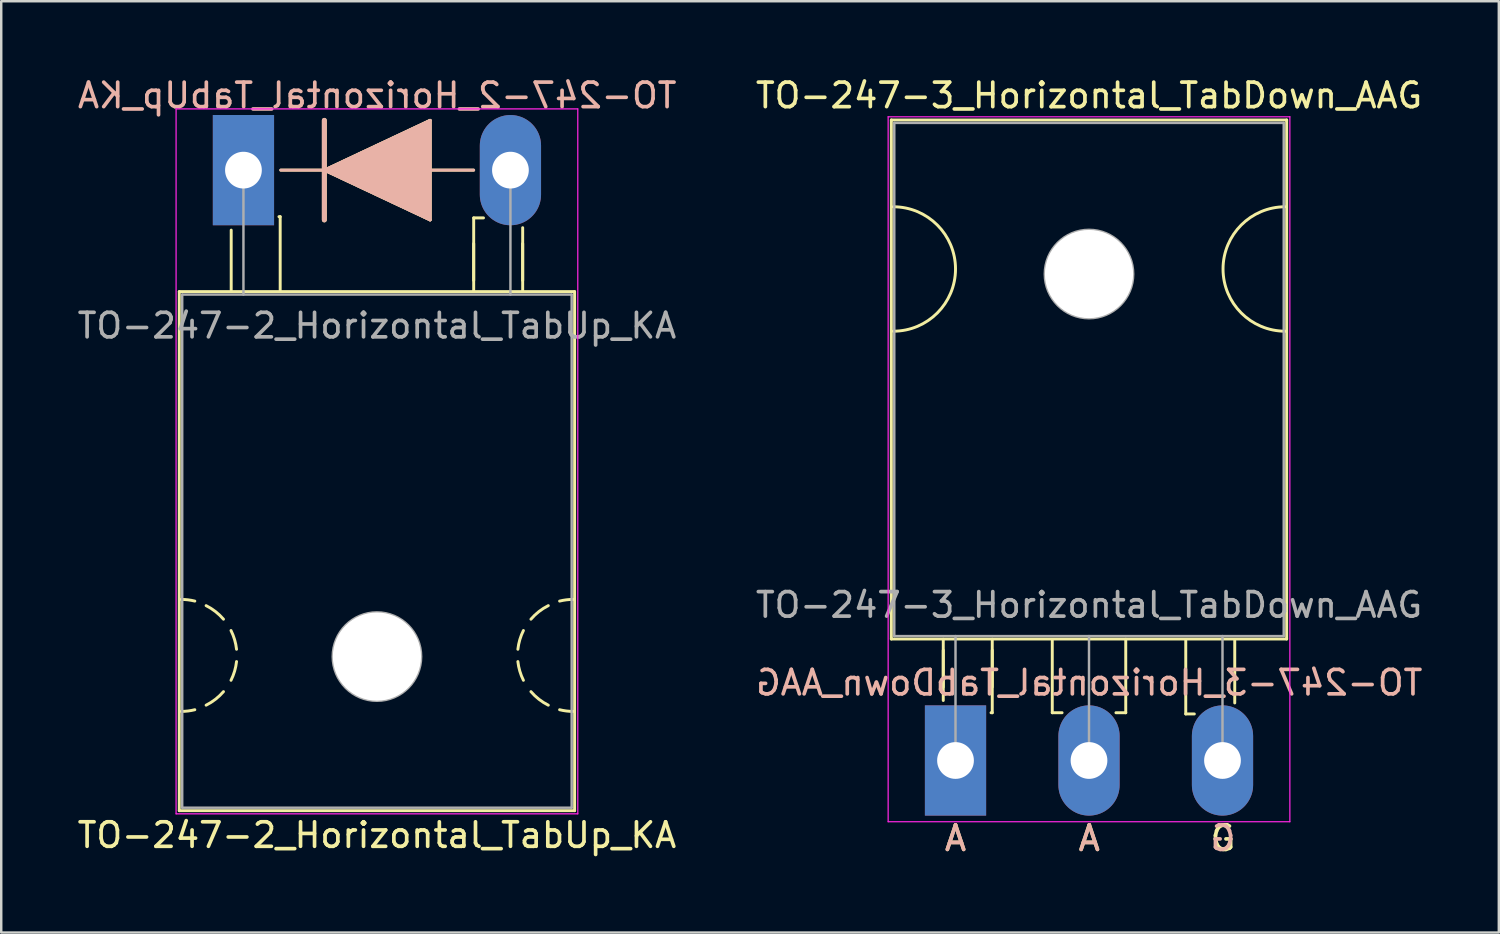
<source format=kicad_pcb>
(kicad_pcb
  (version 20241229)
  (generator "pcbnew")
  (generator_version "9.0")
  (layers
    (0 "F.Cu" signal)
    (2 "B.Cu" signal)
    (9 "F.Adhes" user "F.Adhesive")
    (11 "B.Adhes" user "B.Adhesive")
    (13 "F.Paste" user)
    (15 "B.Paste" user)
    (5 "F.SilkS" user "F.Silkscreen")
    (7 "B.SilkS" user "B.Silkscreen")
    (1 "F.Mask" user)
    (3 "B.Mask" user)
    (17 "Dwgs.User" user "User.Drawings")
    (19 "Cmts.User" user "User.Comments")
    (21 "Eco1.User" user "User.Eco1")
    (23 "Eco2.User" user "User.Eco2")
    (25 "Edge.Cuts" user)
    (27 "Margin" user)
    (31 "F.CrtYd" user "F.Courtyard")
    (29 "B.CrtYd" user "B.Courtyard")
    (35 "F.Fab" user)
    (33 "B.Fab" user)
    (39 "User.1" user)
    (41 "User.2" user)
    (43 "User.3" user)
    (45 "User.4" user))
  (footprint "TO-247-3_Horizontal_TabDown_AAG"
    (layer "F.Cu")
    (at 35.96 27.998)
    (property "Reference" "TO-247-3_Horizontal_TabDown_AAG" (at 5.45 -27.15 0) (layer "F.SilkS") (effects (font (size 1 1) (thickness 0.15))))
    (fp_line (start -2.62 -26.15) (end -2.62 -4.96) (stroke (width 0.12) (type solid)) (layer "F.SilkS"))
    (fp_line (start -2.62 -26.15) (end 13.52 -26.15) (stroke (width 0.12) (type solid)) (layer "F.SilkS"))
    (fp_line (start -2.62 -4.96) (end 13.52 -4.96) (stroke (width 0.12) (type solid)) (layer "F.SilkS"))
    (fp_line (start -0.5 -4.95) (end -0.5 -2.45) (stroke (width 0.12) (type solid)) (layer "F.SilkS"))
    (fp_line (start -0.5 -4.5) (end -0.5 -3) (stroke (width 0.12) (type solid)) (layer "F.SilkS"))
    (fp_line (start 1.5 -4.95) (end 1.5 -1.95) (stroke (width 0.12) (type solid)) (layer "F.SilkS"))
    (fp_line (start 1.5 -4.5) (end 1.5 -3) (stroke (width 0.12) (type solid)) (layer "F.SilkS"))
    (fp_line (start 1.5 -1.95) (end 1.45 -1.95) (stroke (width 0.12) (type solid)) (layer "F.SilkS"))
    (fp_line (start 3.95 -4.9) (end 3.95 -1.95) (stroke (width 0.12) (type solid)) (layer "F.SilkS"))
    (fp_line (start 3.95 -1.95) (end 4.35 -1.95) (stroke (width 0.12) (type solid)) (layer "F.SilkS"))
    (fp_line (start 6.95 -4.95) (end 6.95 -1.95) (stroke (width 0.12) (type solid)) (layer "F.SilkS"))
    (fp_line (start 6.95 -1.95) (end 6.55 -1.95) (stroke (width 0.12) (type solid)) (layer "F.SilkS"))
    (fp_line (start 9.4 -4.9) (end 9.4 -1.9) (stroke (width 0.12) (type solid)) (layer "F.SilkS"))
    (fp_line (start 9.4 -1.9) (end 9.75 -1.9) (stroke (width 0.12) (type solid)) (layer "F.SilkS"))
    (fp_line (start 11.4 -4.9) (end 11.4 -2.35) (stroke (width 0.12) (type solid)) (layer "F.SilkS"))
    (fp_line (start 13.52 -26.15) (end 13.52 -4.96) (stroke (width 0.12) (type solid)) (layer "F.SilkS"))
    (fp_arc (start -2.54 -22.606) (mid 0 -20.066) (end -2.54 -17.526) (stroke (width 0.12) (type solid)) (layer "F.SilkS"))
    (fp_arc (start 13.462 -17.526) (mid 10.922 -20.066) (end 13.462 -22.606) (stroke (width 0.12) (type solid)) (layer "F.SilkS"))
    (fp_line (start -2.75 -26.28) (end -2.75 2.5) (stroke (width 0.05) (type solid)) (layer "F.CrtYd"))
    (fp_line (start -2.75 2.5) (end 13.65 2.5) (stroke (width 0.05) (type solid)) (layer "F.CrtYd"))
    (fp_line (start 13.65 -26.28) (end -2.75 -26.28) (stroke (width 0.05) (type solid)) (layer "F.CrtYd"))
    (fp_line (start 13.65 2.5) (end 13.65 -26.28) (stroke (width 0.05) (type solid)) (layer "F.CrtYd"))
    (fp_line (start -2.5 -26.03) (end 13.4 -26.03) (stroke (width 0.1) (type solid)) (layer "F.Fab"))
    (fp_line (start -2.5 -5.08) (end -2.5 -26.03) (stroke (width 0.1) (type solid)) (layer "F.Fab"))
    (fp_line (start 0 -5.08) (end 0 0) (stroke (width 0.1) (type solid)) (layer "F.Fab"))
    (fp_line (start 5.45 -5.08) (end 5.45 0) (stroke (width 0.1) (type solid)) (layer "F.Fab"))
    (fp_line (start 10.9 -5.08) (end 10.9 0) (stroke (width 0.1) (type solid)) (layer "F.Fab"))
    (fp_line (start 13.4 -26.03) (end 13.4 -5.08) (stroke (width 0.1) (type solid)) (layer "F.Fab"))
    (fp_line (start 13.4 -5.08) (end -2.5 -5.08) (stroke (width 0.1) (type solid)) (layer "F.Fab"))
    (fp_circle (center 5.45 -19.86) (end 7.255 -19.86) (stroke (width 0.1) (type solid)) (fill no) (layer "F.Fab"))
    (fp_text user "G" (at 10.922 3.175 0) (unlocked yes) (layer "F.SilkS") (effects (font (size 1 1) (thickness 0.15))))
    (fp_text user "A" (at 0 3.175 0) (unlocked yes) (layer "F.SilkS") (effects (font (size 1 1) (thickness 0.15))))
    (fp_text user "A" (at 5.461 3.175 0) (unlocked yes) (layer "F.SilkS") (effects (font (size 1 1) (thickness 0.15))))
    (fp_text user "${REFERENCE}" (at 5.461 -3.175 0) (layer "B.SilkS") (effects (font (size 1 1) (thickness 0.15)) (justify mirror)))
    (fp_text user "G" (at 10.922 3.175 0) (unlocked yes) (layer "B.SilkS") (effects (font (size 1 1) (thickness 0.15)) (justify mirror)))
    (fp_text user "A" (at 0 3.175 0) (unlocked yes) (layer "B.SilkS") (effects (font (size 1 1) (thickness 0.15)) (justify mirror)))
    (fp_text user "A" (at 5.461 3.175 0) (unlocked yes) (layer "B.SilkS") (effects (font (size 1 1) (thickness 0.15)) (justify mirror)))
    (fp_text user "${REFERENCE}" (at 5.45 -6.35 0) (layer "F.Fab") (effects (font (size 1 1) (thickness 0.15))))
    (pad "" np_thru_hole oval (at 5.45 -19.86) (size 3.6 3.6) (drill 3.6) (layers "*.Cu" "*.Mask"))
    (pad "1" thru_hole rect (at 0 0) (size 2.5 4.5) (drill 1.5) (layers "*.Cu" "*.Mask"))
    (pad "2" thru_hole oval (at 5.45 0) (size 2.5 4.5) (drill 1.5) (layers "*.Cu" "*.Mask"))
    (pad "3" thru_hole oval (at 10.9 0) (size 2.5 4.5) (drill 1.5) (layers "*.Cu" "*.Mask")))
  (footprint "TO-247-2_Horizontal_TabUp_KA"
    (layer "F.Cu")
    (at 6.889 3.896)
    (property "Reference" "TO-247-2_Horizontal_TabUp_KA" (at 5.45 27.15 0) (layer "F.SilkS") (effects (font (size 1 1) (thickness 0.15))))
    (fp_line (start -2.62 4.96) (end -2.62 26.15) (stroke (width 0.12) (type solid)) (layer "F.SilkS"))
    (fp_line (start -2.62 4.96) (end 13.52 4.96) (stroke (width 0.12) (type solid)) (layer "F.SilkS"))
    (fp_line (start -2.62 26.15) (end 13.52 26.15) (stroke (width 0.12) (type solid)) (layer "F.SilkS"))
    (fp_line (start -0.5 4.9) (end -0.5 2.45) (stroke (width 0.12) (type solid)) (layer "F.SilkS"))
    (fp_line (start 1.5 1.9) (end 1.45 1.9) (stroke (width 0.12) (type solid)) (layer "F.SilkS"))
    (fp_line (start 1.5 4.9) (end 1.5 1.9) (stroke (width 0.12) (type solid)) (layer "F.SilkS"))
    (fp_line (start 1.524 0) (end 3.302 0) (stroke (width 0.12) (type solid)) (layer "F.SilkS"))
    (fp_line (start 3.302 0) (end 3.302 -2.032) (stroke (width 0.2) (type solid)) (layer "F.SilkS"))
    (fp_line (start 3.302 0) (end 7.62 -2.032) (stroke (width 0.12) (type solid)) (layer "F.SilkS"))
    (fp_line (start 3.302 2.032) (end 3.302 0) (stroke (width 0.2) (type solid)) (layer "F.SilkS"))
    (fp_line (start 7.62 -2.032) (end 7.62 2.032) (stroke (width 0.12) (type solid)) (layer "F.SilkS"))
    (fp_line (start 7.62 0) (end 9.398 0) (stroke (width 0.12) (type solid)) (layer "F.SilkS"))
    (fp_line (start 7.62 2.032) (end 3.302 0) (stroke (width 0.12) (type solid)) (layer "F.SilkS"))
    (fp_line (start 9.4 1.95) (end 9.8 1.95) (stroke (width 0.12) (type solid)) (layer "F.SilkS"))
    (fp_line (start 9.4 4.5) (end 9.4 3) (stroke (width 0.12) (type solid)) (layer "F.SilkS"))
    (fp_line (start 9.4 4.95) (end 9.4 1.95) (stroke (width 0.12) (type solid)) (layer "F.SilkS"))
    (fp_line (start 11.4 4.5) (end 11.4 3) (stroke (width 0.12) (type solid)) (layer "F.SilkS"))
    (fp_line (start 11.4 4.95) (end 11.4 2.35) (stroke (width 0.12) (type solid)) (layer "F.SilkS"))
    (fp_line (start 13.52 4.96) (end 13.52 26.15) (stroke (width 0.12) (type solid)) (layer "F.SilkS"))
    (fp_arc (start -2.54 17.526) (mid -2.260689 17.543128) (end -1.985564 17.594254) (stroke (width 0.12) (type solid)) (layer "F.SilkS"))
    (fp_arc (start -1.985564 22.029746) (mid -2.260689 22.080872) (end -2.54 22.098) (stroke (width 0.12) (type solid)) (layer "F.SilkS"))
    (fp_arc (start -1.524001 17.780001) (mid -1.14188 18.02132) (end -0.815088 18.333504) (stroke (width 0.12) (type solid)) (layer "F.SilkS"))
    (fp_arc (start -0.815087 21.290497) (mid -1.141879 21.60268) (end -1.524 21.844) (stroke (width 0.12) (type solid)) (layer "F.SilkS"))
    (fp_arc (start -0.508001 18.796001) (mid -0.361178 19.168563) (end -0.282051 19.561117) (stroke (width 0.12) (type solid)) (layer "F.SilkS"))
    (fp_arc (start -0.282051 20.062883) (mid -0.361178 20.455437) (end -0.508001 20.827999) (stroke (width 0.12) (type solid)) (layer "F.SilkS"))
    (fp_arc (start 11.204051 19.561117) (mid 11.283178 19.168563) (end 11.430001 18.796001) (stroke (width 0.12) (type solid)) (layer "F.SilkS"))
    (fp_arc (start 11.430001 20.827999) (mid 11.283178 20.455437) (end 11.204051 20.062883) (stroke (width 0.12) (type solid)) (layer "F.SilkS"))
    (fp_arc (start 11.737087 18.333503) (mid 12.063879 18.02132) (end 12.446 17.78) (stroke (width 0.12) (type solid)) (layer "F.SilkS"))
    (fp_arc (start 12.446001 21.843999) (mid 12.06388 21.60268) (end 11.737088 21.290496) (stroke (width 0.12) (type solid)) (layer "F.SilkS"))
    (fp_arc (start 12.907564 17.594254) (mid 13.182689 17.543128) (end 13.462 17.526) (stroke (width 0.12) (type solid)) (layer "F.SilkS"))
    (fp_arc (start 13.462 22.098) (mid 13.182689 22.080872) (end 12.907564 22.029746) (stroke (width 0.12) (type solid)) (layer "F.SilkS"))
    (fp_poly (pts (xy 7.62 2.032) (xy 3.302 0) (xy 7.62 -2.032)) (stroke (width 0.1) (type solid)) (fill yes) (layer "F.SilkS"))
    (fp_line (start 1.524 0) (end 3.302 0) (stroke (width 0.12) (type solid)) (layer "B.SilkS"))
    (fp_line (start 3.302 -2.032) (end 3.302 0) (stroke (width 0.2) (type solid)) (layer "B.SilkS"))
    (fp_line (start 3.302 0) (end 3.302 2.032) (stroke (width 0.2) (type solid)) (layer "B.SilkS"))
    (fp_line (start 3.302 0) (end 7.62 2.032) (stroke (width 0.12) (type solid)) (layer "B.SilkS"))
    (fp_line (start 7.62 -2.032) (end 3.302 0) (stroke (width 0.12) (type solid)) (layer "B.SilkS"))
    (fp_line (start 7.62 0) (end 9.398 0) (stroke (width 0.12) (type solid)) (layer "B.SilkS"))
    (fp_line (start 7.62 2.032) (end 7.62 -2.032) (stroke (width 0.12) (type solid)) (layer "B.SilkS"))
    (fp_poly (pts (xy 7.62 -2.032) (xy 3.302 0) (xy 7.62 2.032)) (stroke (width 0.1) (type solid)) (fill yes) (layer "B.SilkS"))
    (fp_line (start -2.75 -2.5) (end -2.75 26.28) (stroke (width 0.05) (type solid)) (layer "F.CrtYd"))
    (fp_line (start -2.75 26.28) (end 13.65 26.28) (stroke (width 0.05) (type solid)) (layer "F.CrtYd"))
    (fp_line (start 13.65 -2.5) (end -2.75 -2.5) (stroke (width 0.05) (type solid)) (layer "F.CrtYd"))
    (fp_line (start 13.65 26.28) (end 13.65 -2.5) (stroke (width 0.05) (type solid)) (layer "F.CrtYd"))
    (fp_line (start -2.5 5.08) (end -2.5 26.03) (stroke (width 0.1) (type solid)) (layer "F.Fab"))
    (fp_line (start -2.5 26.03) (end 13.4 26.03) (stroke (width 0.1) (type solid)) (layer "F.Fab"))
    (fp_line (start 0 5.08) (end 0 0) (stroke (width 0.1) (type solid)) (layer "F.Fab"))
    (fp_line (start 10.9 5.08) (end 10.9 0) (stroke (width 0.1) (type solid)) (layer "F.Fab"))
    (fp_line (start 13.4 5.08) (end -2.5 5.08) (stroke (width 0.1) (type solid)) (layer "F.Fab"))
    (fp_line (start 13.4 26.03) (end 13.4 5.08) (stroke (width 0.1) (type solid)) (layer "F.Fab"))
    (fp_circle (center 5.45 19.86) (end 7.255 19.86) (stroke (width 0.1) (type solid)) (fill no) (layer "F.Fab"))
    (fp_text user "${REFERENCE}" (at 5.461 -3.048 0) (layer "B.SilkS") (effects (font (size 1 1) (thickness 0.15)) (justify mirror)))
    (fp_text user "${REFERENCE}" (at 5.45 6.35 0) (layer "F.Fab") (effects (font (size 1 1) (thickness 0.15))))
    (pad "" np_thru_hole oval (at 5.45 19.86) (size 3.6 3.6) (drill 3.6) (layers "*.Cu" "*.Mask"))
    (pad "1" thru_hole rect (at 0 0) (size 2.5 4.5) (drill 1.5) (layers "*.Cu" "*.Mask"))
    (pad "2" thru_hole oval (at 10.9 0) (size 2.5 4.5) (drill 1.5) (layers "*.Cu" "*.Mask")))
  (gr_rect
    (start -3 -3)
    (end 58.141 35.022)
    (stroke (width 0.1) (type default))
    (fill no)
    (layer "Edge.Cuts")))
</source>
